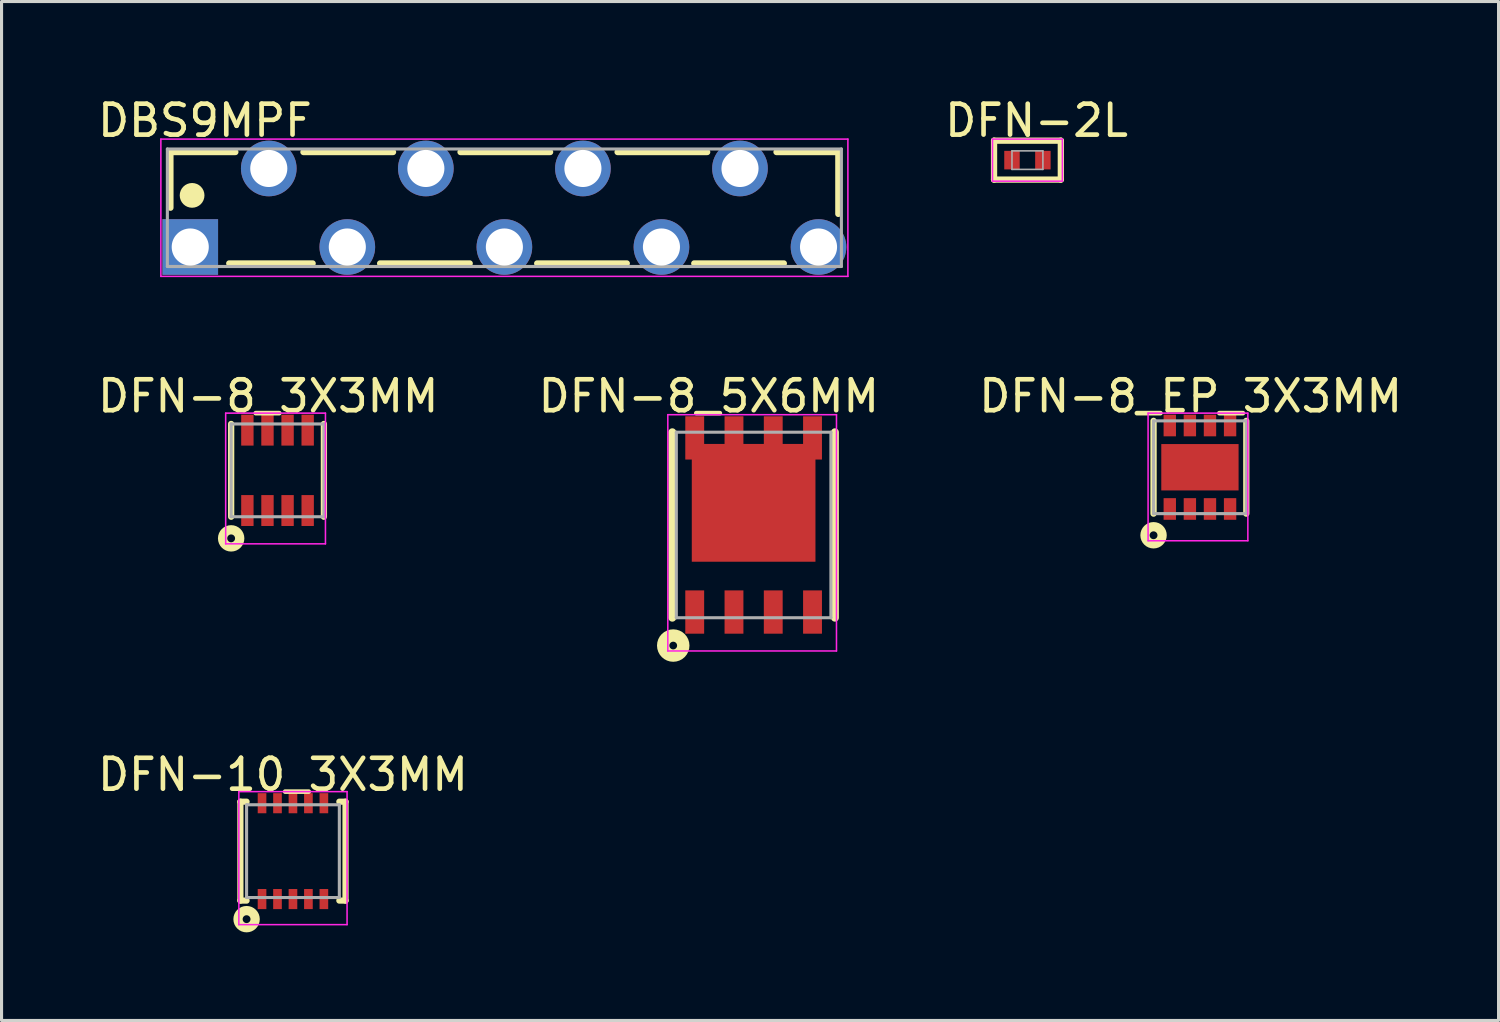
<source format=kicad_pcb>
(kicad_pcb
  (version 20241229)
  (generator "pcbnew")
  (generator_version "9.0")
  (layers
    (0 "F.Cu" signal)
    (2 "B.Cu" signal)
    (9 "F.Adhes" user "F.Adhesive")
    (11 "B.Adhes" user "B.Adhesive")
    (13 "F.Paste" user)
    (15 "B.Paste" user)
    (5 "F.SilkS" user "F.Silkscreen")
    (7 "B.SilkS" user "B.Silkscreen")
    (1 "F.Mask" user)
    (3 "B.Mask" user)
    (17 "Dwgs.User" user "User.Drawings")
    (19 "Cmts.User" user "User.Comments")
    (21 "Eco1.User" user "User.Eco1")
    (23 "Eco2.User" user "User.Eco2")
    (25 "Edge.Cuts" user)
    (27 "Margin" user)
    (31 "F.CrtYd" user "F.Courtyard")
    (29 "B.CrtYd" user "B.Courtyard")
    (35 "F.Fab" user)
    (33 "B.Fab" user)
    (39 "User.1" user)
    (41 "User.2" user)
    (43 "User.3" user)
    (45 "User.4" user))
  (footprint "DBS9MPF"
    (layer "F.Cu")
    (at 13.263 3.669)
    (property "Reference" "DBS9MPF" (at -9.685 -2.821 0) (layer "F.SilkS") (effects (font (size 1 1) (thickness 0.15))))
    (attr through_hole)
    (fp_line (start -10.8 -1.8) (end -8.7 -1.8) (stroke (width 0.2) (type solid)) (layer "F.SilkS"))
    (fp_line (start -10.8 0) (end -10.8 -1.8) (stroke (width 0.2) (type solid)) (layer "F.SilkS"))
    (fp_line (start -8.9 1.8) (end -6.2 1.8) (stroke (width 0.2) (type solid)) (layer "F.SilkS"))
    (fp_line (start -6.5 -1.8) (end -3.6 -1.8) (stroke (width 0.2) (type solid)) (layer "F.SilkS"))
    (fp_line (start -4.02 1.8) (end -1.12 1.8) (stroke (width 0.2) (type solid)) (layer "F.SilkS"))
    (fp_line (start -1.42 -1.8) (end 1.48 -1.8) (stroke (width 0.2) (type solid)) (layer "F.SilkS"))
    (fp_line (start 1.06 1.8) (end 3.96 1.8) (stroke (width 0.2) (type solid)) (layer "F.SilkS"))
    (fp_line (start 3.66 -1.8) (end 6.56 -1.8) (stroke (width 0.2) (type solid)) (layer "F.SilkS"))
    (fp_line (start 6.14 1.8) (end 9.04 1.8) (stroke (width 0.2) (type solid)) (layer "F.SilkS"))
    (fp_line (start 8.8 -1.8) (end 10.8 -1.8) (stroke (width 0.2) (type solid)) (layer "F.SilkS"))
    (fp_line (start 10.8 0.2) (end 10.8 -1.8) (stroke (width 0.2) (type solid)) (layer "F.SilkS"))
    (fp_circle (center -10.1 -0.4) (end -9.9 -0.4) (stroke (width 0.4) (type solid)) (fill no) (layer "F.SilkS"))
    (fp_line (start -11.11 -2.22) (end 11.11 -2.22) (stroke (width 0.05) (type solid)) (layer "F.CrtYd"))
    (fp_line (start -11.11 2.22) (end -11.11 -2.22) (stroke (width 0.05) (type solid)) (layer "F.CrtYd"))
    (fp_line (start 11.11 -2.22) (end 11.11 2.22) (stroke (width 0.05) (type solid)) (layer "F.CrtYd"))
    (fp_line (start 11.11 2.22) (end -11.11 2.22) (stroke (width 0.05) (type solid)) (layer "F.CrtYd"))
    (fp_line (start -10.9 -1.9) (end 10.9 -1.9) (stroke (width 0.1) (type solid)) (layer "F.Fab"))
    (fp_line (start -10.9 1.9) (end -10.9 -1.9) (stroke (width 0.1) (type solid)) (layer "F.Fab"))
    (fp_line (start -10.9 1.9) (end 10.9 1.9) (stroke (width 0.1) (type solid)) (layer "F.Fab"))
    (fp_line (start 10.9 1.9) (end 10.9 -1.9) (stroke (width 0.1) (type solid)) (layer "F.Fab"))
    (pad "1" thru_hole rect (at -10.16 1.27) (size 1.8 1.8) (drill 1.2) (layers "*.Cu" "*.Mask"))
    (pad "2" thru_hole oval (at -7.62 -1.27) (size 1.8 1.8) (drill 1.2) (layers "*.Cu" "*.Mask"))
    (pad "3" thru_hole oval (at -5.08 1.27) (size 1.8 1.8) (drill 1.2) (layers "*.Cu" "*.Mask"))
    (pad "4" thru_hole oval (at -2.54 -1.27) (size 1.8 1.8) (drill 1.2) (layers "*.Cu" "*.Mask"))
    (pad "5" thru_hole oval (at 0 1.27) (size 1.8 1.8) (drill 1.2) (layers "*.Cu" "*.Mask"))
    (pad "6" thru_hole oval (at 2.54 -1.27) (size 1.8 1.8) (drill 1.2) (layers "*.Cu" "*.Mask"))
    (pad "7" thru_hole oval (at 5.08 1.27) (size 1.8 1.8) (drill 1.2) (layers "*.Cu" "*.Mask"))
    (pad "8" thru_hole oval (at 7.62 -1.27) (size 1.8 1.8) (drill 1.2) (layers "*.Cu" "*.Mask"))
    (pad "9" thru_hole oval (at 10.16 1.27) (size 1.8 1.8) (drill 1.2) (layers "*.Cu" "*.Mask")))
  (footprint "DFN-8_5X6MM"
    (layer "F.Cu")
    (at 21.324 13.929)
    (property "Reference" "DFN-8_5X6MM" (at -1.449 -4.167 0) (layer "F.SilkS") (effects (font (size 1 1) (thickness 0.15))))
    (attr through_hole)
    (fp_line (start -2.63 3) (end -2.63 -3) (stroke (width 0.254) (type solid)) (layer "F.SilkS"))
    (fp_line (start 2.63 3) (end 2.63 -3) (stroke (width 0.254) (type solid)) (layer "F.SilkS"))
    (fp_circle (center -2.6 3.9) (end -2.475 3.9) (stroke (width 0.4) (type solid)) (fill no) (layer "F.SilkS"))
    (fp_line (start -2.775 -3.566) (end 2.68 -3.566) (stroke (width 0.05) (type solid)) (layer "F.CrtYd"))
    (fp_line (start -2.775 4.075) (end -2.775 -3.566) (stroke (width 0.05) (type solid)) (layer "F.CrtYd"))
    (fp_line (start 2.68 -3.566) (end 2.68 4.075) (stroke (width 0.05) (type solid)) (layer "F.CrtYd"))
    (fp_line (start 2.68 4.075) (end -2.775 4.075) (stroke (width 0.05) (type solid)) (layer "F.CrtYd"))
    (fp_line (start -2.5 -3) (end 2.5 -3) (stroke (width 0.1) (type solid)) (layer "F.Fab"))
    (fp_line (start -2.5 3) (end -2.5 -3) (stroke (width 0.1) (type solid)) (layer "F.Fab"))
    (fp_line (start -2.5 3) (end 2.5 3) (stroke (width 0.1) (type solid)) (layer "F.Fab"))
    (fp_line (start 2.5 3) (end 2.5 -3) (stroke (width 0.1) (type solid)) (layer "F.Fab"))
    (pad "0" smd rect (at 0 -0.716 90) (size 3.81 4) (layers "F.Cu" "F.Mask" "F.Paste"))
    (pad "1" smd rect (at -1.905 2.816) (size 0.61 1.4) (layers "F.Cu" "F.Mask" "F.Paste"))
    (pad "2" smd rect (at -0.635 2.816) (size 0.61 1.4) (layers "F.Cu" "F.Mask" "F.Paste"))
    (pad "3" smd rect (at 0.635 2.816) (size 0.61 1.4) (layers "F.Cu" "F.Mask" "F.Paste"))
    (pad "4" smd rect (at 1.905 2.816) (size 0.61 1.4) (layers "F.Cu" "F.Mask" "F.Paste"))
    (pad "5" smd rect (at 1.905 -2.816) (size 0.61 1.4) (layers "F.Cu" "F.Mask" "F.Paste"))
    (pad "6" smd rect (at 0.635 -2.816) (size 0.61 1.4) (layers "F.Cu" "F.Mask" "F.Paste"))
    (pad "7" smd rect (at -0.635 -2.816) (size 0.61 1.4) (layers "F.Cu" "F.Mask" "F.Paste"))
    (pad "8" smd rect (at -1.905 -2.816) (size 0.61 1.4) (layers "F.Cu" "F.Mask" "F.Paste")))
  (footprint "DFN-8_3X3MM"
    (layer "F.Cu")
    (at 5.926 12.162)
    (property "Reference" "DFN-8_3X3MM" (at -0.301 -2.4 0) (layer "F.SilkS") (effects (font (size 1 1) (thickness 0.15))))
    (attr through_hole)
    (fp_line (start -1.5 1.5) (end -1.5 -1.5) (stroke (width 0.203) (type solid)) (layer "F.SilkS"))
    (fp_line (start 1.5 1.5) (end 1.5 -1.5) (stroke (width 0.203) (type solid)) (layer "F.SilkS"))
    (fp_circle (center -1.5 2.2) (end -1.373 2.2) (stroke (width 0.3) (type solid)) (fill no) (layer "F.SilkS"))
    (fp_line (start -1.677 -1.85) (end 1.55 -1.85) (stroke (width 0.05) (type solid)) (layer "F.CrtYd"))
    (fp_line (start -1.677 2.377) (end -1.677 -1.85) (stroke (width 0.05) (type solid)) (layer "F.CrtYd"))
    (fp_line (start 1.55 -1.85) (end 1.55 2.377) (stroke (width 0.05) (type solid)) (layer "F.CrtYd"))
    (fp_line (start 1.55 2.377) (end -1.677 2.377) (stroke (width 0.05) (type solid)) (layer "F.CrtYd"))
    (fp_line (start -1.5 -1.5) (end 1.5 -1.5) (stroke (width 0.1) (type solid)) (layer "F.Fab"))
    (fp_line (start -1.5 1.5) (end -1.5 -1.5) (stroke (width 0.1) (type solid)) (layer "F.Fab"))
    (fp_line (start -1.5 1.5) (end 1.5 1.5) (stroke (width 0.1) (type solid)) (layer "F.Fab"))
    (fp_line (start 1.5 1.5) (end 1.5 -1.5) (stroke (width 0.1) (type solid)) (layer "F.Fab"))
    (pad "1" smd rect (at -0.975 1.3) (size 0.4 1) (layers "F.Cu" "F.Mask" "F.Paste"))
    (pad "2" smd rect (at -0.325 1.3) (size 0.4 1) (layers "F.Cu" "F.Mask" "F.Paste"))
    (pad "3" smd rect (at 0.325 1.3) (size 0.4 1) (layers "F.Cu" "F.Mask" "F.Paste"))
    (pad "4" smd rect (at 0.975 1.3) (size 0.4 1) (layers "F.Cu" "F.Mask" "F.Paste"))
    (pad "5" smd rect (at 0.975 -1.3) (size 0.4 1) (layers "F.Cu" "F.Mask" "F.Paste"))
    (pad "6" smd rect (at 0.325 -1.3) (size 0.4 1) (layers "F.Cu" "F.Mask" "F.Paste"))
    (pad "7" smd rect (at -0.325 -1.3) (size 0.4 1) (layers "F.Cu" "F.Mask" "F.Paste"))
    (pad "8" smd rect (at -0.975 -1.3) (size 0.4 1) (layers "F.Cu" "F.Mask" "F.Paste")))
  (footprint "DFN-8_EP_3X3MM"
    (layer "F.Cu")
    (at 35.759 12.062)
    (property "Reference" "DFN-8_EP_3X3MM" (at -0.301 -2.3 0) (layer "F.SilkS") (effects (font (size 1 1) (thickness 0.15))))
    (attr through_hole)
    (fp_line (start -1.5 1.5) (end -1.5 -1.5) (stroke (width 0.203) (type solid)) (layer "F.SilkS"))
    (fp_line (start 1.5 1.5) (end 1.5 -1.5) (stroke (width 0.203) (type solid)) (layer "F.SilkS"))
    (fp_circle (center -1.5 2.2) (end -1.373 2.2) (stroke (width 0.3) (type solid)) (fill no) (layer "F.SilkS"))
    (fp_line (start -1.677 -1.75) (end 1.55 -1.75) (stroke (width 0.05) (type solid)) (layer "F.CrtYd"))
    (fp_line (start -1.677 2.377) (end -1.677 -1.75) (stroke (width 0.05) (type solid)) (layer "F.CrtYd"))
    (fp_line (start 1.55 -1.75) (end 1.55 2.377) (stroke (width 0.05) (type solid)) (layer "F.CrtYd"))
    (fp_line (start 1.55 2.377) (end -1.677 2.377) (stroke (width 0.05) (type solid)) (layer "F.CrtYd"))
    (fp_line (start -1.5 -1.5) (end 1.5 -1.5) (stroke (width 0.1) (type solid)) (layer "F.Fab"))
    (fp_line (start -1.5 1.5) (end -1.5 -1.5) (stroke (width 0.1) (type solid)) (layer "F.Fab"))
    (fp_line (start -1.5 1.5) (end 1.5 1.5) (stroke (width 0.1) (type solid)) (layer "F.Fab"))
    (fp_line (start 1.5 1.5) (end 1.5 -1.5) (stroke (width 0.1) (type solid)) (layer "F.Fab"))
    (pad "0" smd rect (at 0 0) (size 2.5 1.5) (layers "F.Cu" "F.Mask" "F.Paste"))
    (pad "1" smd rect (at -0.975 1.35) (size 0.4 0.7) (layers "F.Cu" "F.Mask" "F.Paste"))
    (pad "2" smd rect (at -0.325 1.35) (size 0.4 0.7) (layers "F.Cu" "F.Mask" "F.Paste"))
    (pad "3" smd rect (at 0.325 1.35) (size 0.4 0.7) (layers "F.Cu" "F.Mask" "F.Paste"))
    (pad "4" smd rect (at 0.975 1.35) (size 0.4 0.7) (layers "F.Cu" "F.Mask" "F.Paste"))
    (pad "5" smd rect (at -0.975 -1.35) (size 0.4 0.7) (layers "F.Cu" "F.Mask" "F.Paste"))
    (pad "6" smd rect (at -0.325 -1.35) (size 0.4 0.7) (layers "F.Cu" "F.Mask" "F.Paste"))
    (pad "7" smd rect (at 0.325 -1.35) (size 0.4 0.7) (layers "F.Cu" "F.Mask" "F.Paste"))
    (pad "8" smd rect (at 0.975 -1.35) (size 0.4 0.7) (layers "F.Cu" "F.Mask" "F.Paste")))
  (footprint "DFN-2L"
    (layer "F.Cu")
    (at 30.18 2.129)
    (property "Reference" "DFN-2L" (at 0.295 -1.281 0) (layer "F.SilkS") (effects (font (size 1 1) (thickness 0.15))))
    (attr through_hole)
    (fp_line (start -1.08 -0.63) (end -1.08 0.63) (stroke (width 0.203) (type solid)) (layer "F.SilkS"))
    (fp_line (start -1.08 -0.63) (end 1.08 -0.63) (stroke (width 0.203) (type solid)) (layer "F.SilkS"))
    (fp_line (start -1.08 0.63) (end 1.08 0.63) (stroke (width 0.203) (type solid)) (layer "F.SilkS"))
    (fp_line (start 1.08 -0.63) (end 1.08 0.63) (stroke (width 0.203) (type solid)) (layer "F.SilkS"))
    (fp_line (start -1.13 -0.68) (end 1.13 -0.68) (stroke (width 0.05) (type solid)) (layer "F.CrtYd"))
    (fp_line (start -1.13 0.68) (end -1.13 -0.68) (stroke (width 0.05) (type solid)) (layer "F.CrtYd"))
    (fp_line (start 1.13 -0.68) (end 1.13 0.68) (stroke (width 0.05) (type solid)) (layer "F.CrtYd"))
    (fp_line (start 1.13 0.68) (end -1.13 0.68) (stroke (width 0.05) (type solid)) (layer "F.CrtYd"))
    (fp_line (start -0.5 -0.3) (end 0.5 -0.3) (stroke (width 0.051) (type solid)) (layer "F.Fab"))
    (fp_line (start -0.5 0.3) (end -0.5 -0.3) (stroke (width 0.051) (type solid)) (layer "F.Fab"))
    (fp_line (start -0.5 0.3) (end 0.5 0.3) (stroke (width 0.051) (type solid)) (layer "F.Fab"))
    (fp_line (start 0.5 0.3) (end 0.5 -0.3) (stroke (width 0.051) (type solid)) (layer "F.Fab"))
    (pad "1" smd rect (at 0.5 0 180) (size 0.5 0.6) (layers "F.Cu" "F.Mask" "F.Paste"))
    (pad "2" smd rect (at -0.5 0 180) (size 0.5 0.6) (layers "F.Cu" "F.Mask" "F.Paste")))
  (footprint "DFN-10_3X3MM"
    (layer "F.Cu")
    (at 6.425 24.478)
    (property "Reference" "DFN-10_3X3MM" (at -0.324 -2.475 0) (layer "F.SilkS") (effects (font (size 1 1) (thickness 0.15))))
    (attr through_hole)
    (fp_line (start -1.7 -1.6) (end -1.5 -1.6) (stroke (width 0.2) (type solid)) (layer "F.SilkS"))
    (fp_line (start -1.7 1.6) (end -1.7 -1.6) (stroke (width 0.2) (type solid)) (layer "F.SilkS"))
    (fp_line (start -1.7 1.6) (end -1.5 1.6) (stroke (width 0.2) (type solid)) (layer "F.SilkS"))
    (fp_line (start 1.5 -1.6) (end 1.7 -1.6) (stroke (width 0.2) (type solid)) (layer "F.SilkS"))
    (fp_line (start 1.5 1.6) (end 1.7 1.6) (stroke (width 0.2) (type solid)) (layer "F.SilkS"))
    (fp_line (start 1.7 1.6) (end 1.7 -1.6) (stroke (width 0.2) (type solid)) (layer "F.SilkS"))
    (fp_circle (center -1.5 2.2) (end -1.373 2.2) (stroke (width 0.3) (type solid)) (fill no) (layer "F.SilkS"))
    (fp_line (start -1.75 -1.925) (end 1.75 -1.925) (stroke (width 0.05) (type solid)) (layer "F.CrtYd"))
    (fp_line (start -1.75 2.377) (end -1.75 -1.925) (stroke (width 0.05) (type solid)) (layer "F.CrtYd"))
    (fp_line (start 1.75 -1.925) (end 1.75 2.377) (stroke (width 0.05) (type solid)) (layer "F.CrtYd"))
    (fp_line (start 1.75 2.377) (end -1.75 2.377) (stroke (width 0.05) (type solid)) (layer "F.CrtYd"))
    (fp_line (start -1.5 -1.5) (end 1.5 -1.5) (stroke (width 0.1) (type solid)) (layer "F.Fab"))
    (fp_line (start -1.5 1.5) (end -1.5 -1.5) (stroke (width 0.1) (type solid)) (layer "F.Fab"))
    (fp_line (start -1.5 1.5) (end 1.5 1.5) (stroke (width 0.1) (type solid)) (layer "F.Fab"))
    (fp_line (start 1.5 1.5) (end 1.5 -1.5) (stroke (width 0.1) (type solid)) (layer "F.Fab"))
    (pad "1" smd rect (at -1 1.55) (size 0.28 0.65) (layers "F.Cu" "F.Mask" "F.Paste"))
    (pad "2" smd rect (at -0.5 1.55) (size 0.28 0.65) (layers "F.Cu" "F.Mask" "F.Paste"))
    (pad "3" smd rect (at 0 1.55) (size 0.28 0.65) (layers "F.Cu" "F.Mask" "F.Paste"))
    (pad "4" smd rect (at 0.5 1.55) (size 0.28 0.65) (layers "F.Cu" "F.Mask" "F.Paste"))
    (pad "5" smd rect (at 1 1.55) (size 0.28 0.65) (layers "F.Cu" "F.Mask" "F.Paste"))
    (pad "6" smd rect (at 1 -1.55) (size 0.28 0.65) (layers "F.Cu" "F.Mask" "F.Paste"))
    (pad "7" smd rect (at 0.5 -1.55) (size 0.28 0.65) (layers "F.Cu" "F.Mask" "F.Paste"))
    (pad "8" smd rect (at 0 -1.55) (size 0.28 0.65) (layers "F.Cu" "F.Mask" "F.Paste"))
    (pad "9" smd rect (at -0.5 -1.55) (size 0.28 0.65) (layers "F.Cu" "F.Mask" "F.Paste"))
    (pad "10" smd rect (at -1 -1.55) (size 0.28 0.65) (layers "F.Cu" "F.Mask" "F.Paste")))
  (gr_rect
    (start -3 -3)
    (end 45.417 29.955)
    (stroke (width 0.1) (type default))
    (fill no)
    (layer "Edge.Cuts")))
</source>
